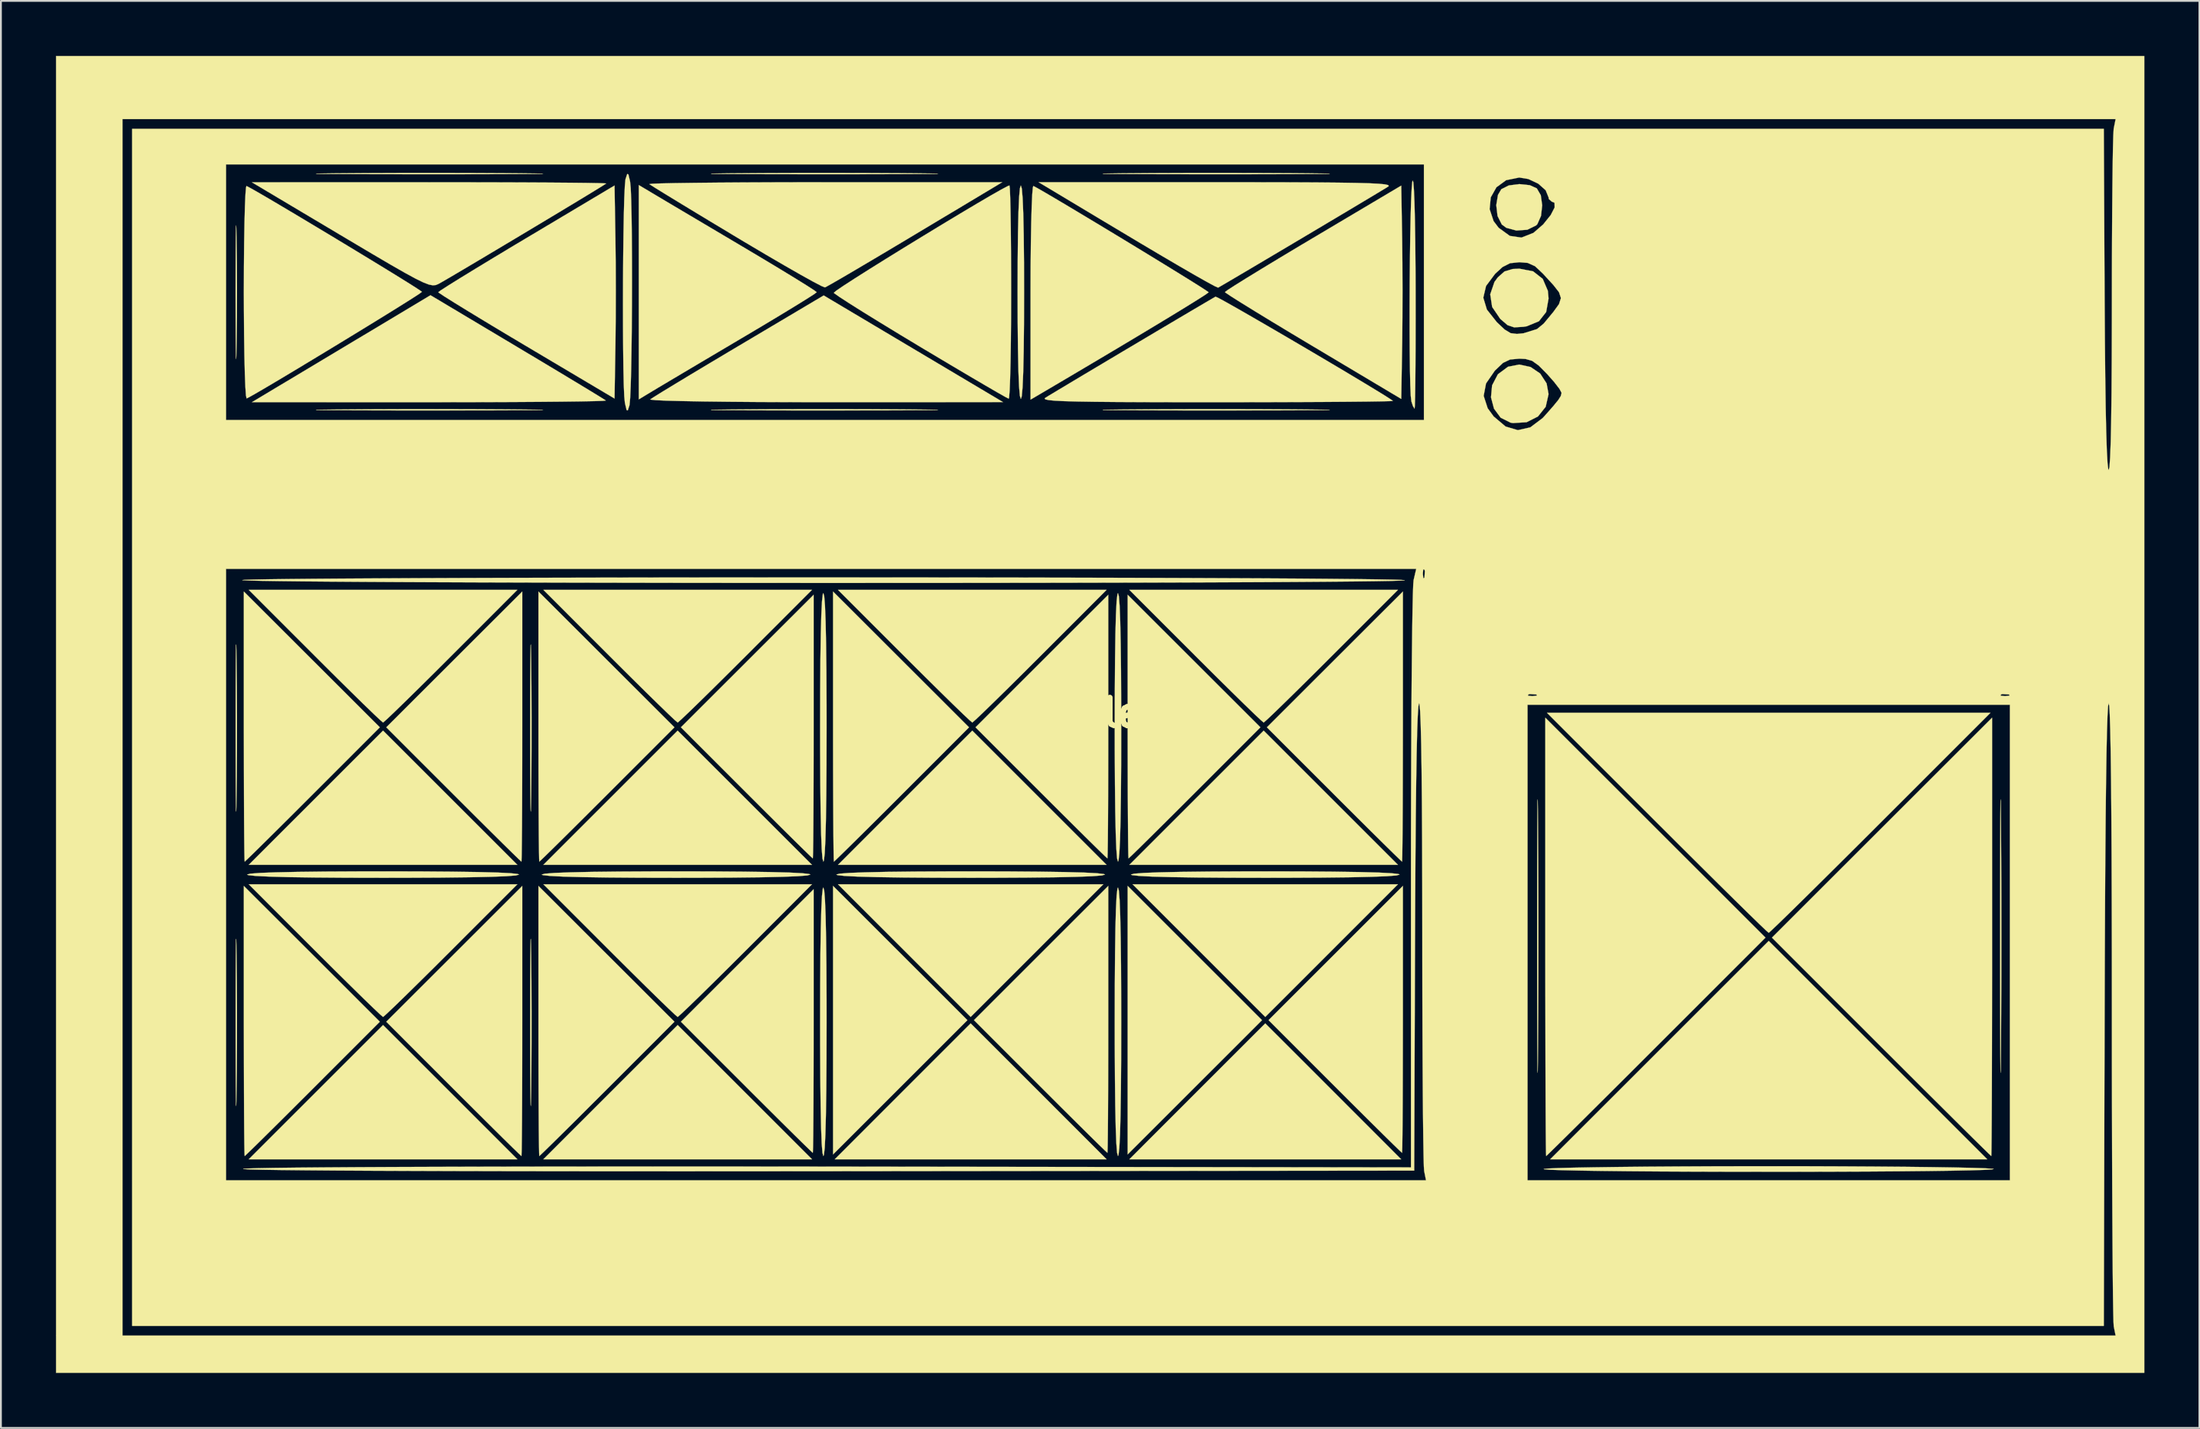
<source format=kicad_pcb>
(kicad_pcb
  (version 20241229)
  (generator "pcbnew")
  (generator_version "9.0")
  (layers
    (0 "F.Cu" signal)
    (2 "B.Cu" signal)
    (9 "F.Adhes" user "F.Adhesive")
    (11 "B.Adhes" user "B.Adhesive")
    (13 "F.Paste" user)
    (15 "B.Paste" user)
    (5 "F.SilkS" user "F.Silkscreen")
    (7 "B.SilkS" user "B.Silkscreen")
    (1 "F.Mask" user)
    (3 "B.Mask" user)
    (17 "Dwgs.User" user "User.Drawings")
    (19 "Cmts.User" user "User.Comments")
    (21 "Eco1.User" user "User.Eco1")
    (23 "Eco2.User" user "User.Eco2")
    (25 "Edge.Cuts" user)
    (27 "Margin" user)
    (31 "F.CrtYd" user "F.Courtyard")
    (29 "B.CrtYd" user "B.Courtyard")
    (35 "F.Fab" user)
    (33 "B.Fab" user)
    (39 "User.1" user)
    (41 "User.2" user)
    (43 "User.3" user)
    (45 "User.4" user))
  (footprint "Untitled5"
    (layer "F.Cu")
    (at 56.802 35.812)
    (property "Reference" "Untitled5" (at 0 0 0) (layer "F.SilkS") (effects (font (size 1.524 1.524) (thickness 0.3))))
    (attr through_hole)
    (fp_poly (pts (xy -31.663 24.342) (xy -46.301 24.342) (xy -42.641 20.682) (xy -38.982 17.023) (xy -31.663 24.342)) (stroke (width 0.01) (type solid)) (fill yes) (layer "F.SilkS"))
    (fp_poly (pts (xy -7.145 16.757) (xy -10.804 20.416) (xy -14.464 24.076) (xy -14.464 9.438) (xy -7.145 16.757)) (stroke (width 0.01) (type solid)) (fill yes) (layer "F.SilkS"))
    (fp_poly (pts (xy 8.907 16.757) (xy 5.247 20.416) (xy 1.587 24.076) (xy 1.587 9.438) (xy 8.907 16.757)) (stroke (width 0.01) (type solid)) (fill yes) (layer "F.SilkS"))
    (fp_poly (pts (xy -35.322 4.631) (xy -31.663 8.29) (xy -46.301 8.29) (xy -42.641 4.631) (xy -38.982 0.971) (xy -35.322 4.631)) (stroke (width 0.01) (type solid)) (fill yes) (layer "F.SilkS"))
    (fp_poly (pts (xy -19.271 4.631) (xy -15.611 8.29) (xy -30.25 8.29) (xy -26.59 4.631) (xy -22.931 0.971) (xy -19.271 4.631)) (stroke (width 0.01) (type solid)) (fill yes) (layer "F.SilkS"))
    (fp_poly (pts (xy -19.271 20.682) (xy -15.611 24.342) (xy -30.25 24.342) (xy -26.59 20.682) (xy -22.931 17.023) (xy -19.271 20.682)) (stroke (width 0.01) (type solid)) (fill yes) (layer "F.SilkS"))
    (fp_poly (pts (xy -3.22 4.631) (xy 0.44 8.29) (xy -14.198 8.29) (xy -10.539 4.631) (xy -6.879 0.971) (xy -3.22 4.631)) (stroke (width 0.01) (type solid)) (fill yes) (layer "F.SilkS"))
    (fp_poly (pts (xy 12.655 4.631) (xy 16.315 8.29) (xy 1.677 8.29) (xy 5.336 4.631) (xy 8.996 0.971) (xy 12.655 4.631)) (stroke (width 0.01) (type solid)) (fill yes) (layer "F.SilkS"))
    (fp_poly (pts (xy 42.465 18.389) (xy 48.418 24.342) (xy 24.607 24.342) (xy 30.56 18.389) (xy 36.513 12.436) (xy 42.465 18.389)) (stroke (width 0.01) (type solid)) (fill yes) (layer "F.SilkS"))
    (fp_poly (pts (xy -35.278 -3.087) (xy -36.202 -2.165) (xy -37.046 -1.329) (xy -37.776 -0.612) (xy -38.361 -0.043) (xy -38.769 0.345) (xy -38.969 0.522) (xy -38.982 0.529) (xy -39.125 0.409) (xy -39.485 0.07) (xy -40.03 -0.457) (xy -40.727 -1.141) (xy -41.546 -1.95) (xy -42.453 -2.854) (xy -42.686 -3.087) (xy -46.299 -6.703) (xy -31.665 -6.703) (xy -35.278 -3.087)) (stroke (width 0.01) (type solid)) (fill yes) (layer "F.SilkS"))
    (fp_poly (pts (xy -35.278 12.965) (xy -36.202 13.887) (xy -37.046 14.722) (xy -37.776 15.44) (xy -38.361 16.008) (xy -38.769 16.396) (xy -38.969 16.573) (xy -38.982 16.581) (xy -39.125 16.461) (xy -39.485 16.122) (xy -40.03 15.595) (xy -40.727 14.911) (xy -41.546 14.102) (xy -42.453 13.198) (xy -42.686 12.965) (xy -46.299 9.349) (xy -31.665 9.349) (xy -35.278 12.965)) (stroke (width 0.01) (type solid)) (fill yes) (layer "F.SilkS"))
    (fp_poly (pts (xy -19.226 -3.087) (xy -20.151 -2.165) (xy -20.994 -1.329) (xy -21.724 -0.612) (xy -22.31 -0.043) (xy -22.718 0.345) (xy -22.917 0.522) (xy -22.931 0.529) (xy -23.074 0.409) (xy -23.434 0.07) (xy -23.978 -0.457) (xy -24.676 -1.141) (xy -25.494 -1.95) (xy -26.402 -2.854) (xy -26.635 -3.087) (xy -30.247 -6.703) (xy -15.614 -6.703) (xy -19.226 -3.087)) (stroke (width 0.01) (type solid)) (fill yes) (layer "F.SilkS"))
    (fp_poly (pts (xy -19.226 12.965) (xy -20.151 13.887) (xy -20.994 14.722) (xy -21.724 15.44) (xy -22.31 16.008) (xy -22.718 16.396) (xy -22.917 16.573) (xy -22.931 16.581) (xy -23.074 16.461) (xy -23.434 16.122) (xy -23.978 15.595) (xy -24.676 14.911) (xy -25.494 14.102) (xy -26.402 13.198) (xy -26.635 12.965) (xy -30.247 9.349) (xy -15.614 9.349) (xy -19.226 12.965)) (stroke (width 0.01) (type solid)) (fill yes) (layer "F.SilkS"))
    (fp_poly (pts (xy -6.847 17.053) (xy -6.508 17.392) (xy -5.981 17.918) (xy -5.297 18.603) (xy -4.486 19.414) (xy -3.579 20.322) (xy -3.263 20.637) (xy 0.438 24.342) (xy -14.373 24.342) (xy -10.672 20.637) (xy -9.74 19.705) (xy -8.893 18.858) (xy -8.164 18.129) (xy -7.582 17.546) (xy -7.177 17.142) (xy -6.981 16.947) (xy -6.967 16.933) (xy -6.847 17.053)) (stroke (width 0.01) (type solid)) (fill yes) (layer "F.SilkS"))
    (fp_poly (pts (xy -3.351 12.965) (xy -4.272 13.886) (xy -5.106 14.72) (xy -5.823 15.437) (xy -6.391 16.006) (xy -6.78 16.394) (xy -6.959 16.573) (xy -6.967 16.581) (xy -7.088 16.461) (xy -7.426 16.123) (xy -7.952 15.597) (xy -8.634 14.915) (xy -9.441 14.107) (xy -10.343 13.205) (xy -10.583 12.965) (xy -14.196 9.349) (xy 0.261 9.349) (xy -3.351 12.965)) (stroke (width 0.01) (type solid)) (fill yes) (layer "F.SilkS"))
    (fp_poly (pts (xy -3.175 -3.087) (xy -4.099 -2.165) (xy -4.943 -1.329) (xy -5.673 -0.612) (xy -6.258 -0.043) (xy -6.666 0.345) (xy -6.866 0.522) (xy -6.879 0.529) (xy -7.022 0.409) (xy -7.382 0.07) (xy -7.927 -0.457) (xy -8.624 -1.141) (xy -9.443 -1.95) (xy -10.35 -2.854) (xy -10.583 -3.087) (xy -14.196 -6.703) (xy 0.438 -6.703) (xy -3.175 -3.087)) (stroke (width 0.01) (type solid)) (fill yes) (layer "F.SilkS"))
    (fp_poly (pts (xy 9.204 17.053) (xy 9.543 17.392) (xy 10.07 17.918) (xy 10.755 18.603) (xy 11.566 19.414) (xy 12.473 20.322) (xy 12.788 20.637) (xy 16.489 24.342) (xy 1.679 24.342) (xy 5.38 20.637) (xy 6.312 19.705) (xy 7.158 18.858) (xy 7.887 18.129) (xy 8.47 17.546) (xy 8.874 17.142) (xy 9.07 16.947) (xy 9.084 16.933) (xy 9.204 17.053)) (stroke (width 0.01) (type solid)) (fill yes) (layer "F.SilkS"))
    (fp_poly (pts (xy 12.7 -3.087) (xy 11.776 -2.165) (xy 10.932 -1.329) (xy 10.202 -0.612) (xy 9.617 -0.043) (xy 9.209 0.345) (xy 9.009 0.522) (xy 8.996 0.529) (xy 8.853 0.409) (xy 8.493 0.07) (xy 7.948 -0.457) (xy 7.251 -1.141) (xy 6.432 -1.95) (xy 5.525 -2.854) (xy 5.292 -3.087) (xy 1.679 -6.703) (xy 16.313 -6.703) (xy 12.7 -3.087)) (stroke (width 0.01) (type solid)) (fill yes) (layer "F.SilkS"))
    (fp_poly (pts (xy 12.7 12.965) (xy 11.78 13.886) (xy 10.946 14.72) (xy 10.229 15.437) (xy 9.66 16.006) (xy 9.271 16.394) (xy 9.092 16.573) (xy 9.084 16.581) (xy 8.964 16.461) (xy 8.625 16.123) (xy 8.099 15.597) (xy 7.417 14.915) (xy 6.61 14.107) (xy 5.709 13.205) (xy 5.468 12.965) (xy 1.855 9.349) (xy 16.313 9.349) (xy 12.7 12.965)) (stroke (width 0.01) (type solid)) (fill yes) (layer "F.SilkS"))
    (fp_poly (pts (xy 23.493 -28.766) (xy 23.878 -28.593) (xy 24.095 -28.218) (xy 24.171 -27.669) (xy 24.108 -27.096) (xy 23.91 -26.646) (xy 23.843 -26.574) (xy 23.361 -26.336) (xy 22.765 -26.294) (xy 22.215 -26.442) (xy 21.97 -26.624) (xy 21.739 -27.086) (xy 21.669 -27.678) (xy 21.763 -28.239) (xy 21.945 -28.547) (xy 22.35 -28.751) (xy 22.92 -28.825) (xy 23.493 -28.766)) (stroke (width 0.01) (type solid)) (fill yes) (layer "F.SilkS"))
    (fp_poly (pts (xy 23.537 -18.854) (xy 24.059 -18.5) (xy 24.412 -17.957) (xy 24.518 -17.374) (xy 24.362 -16.684) (xy 23.941 -16.156) (xy 23.323 -15.843) (xy 22.58 -15.797) (xy 22.449 -15.819) (xy 21.91 -16.088) (xy 21.546 -16.58) (xy 21.382 -17.2) (xy 21.442 -17.854) (xy 21.751 -18.445) (xy 21.765 -18.463) (xy 22.309 -18.867) (xy 22.926 -18.987) (xy 23.537 -18.854)) (stroke (width 0.01) (type solid)) (fill yes) (layer "F.SilkS"))
    (fp_poly (pts (xy 0.529 0.751) (xy 0.528 2.305) (xy 0.525 3.743) (xy 0.52 5.028) (xy 0.514 6.125) (xy 0.506 6.995) (xy 0.497 7.601) (xy 0.488 7.907) (xy 0.483 7.938) (xy 0.352 7.818) (xy 0.003 7.479) (xy -0.531 6.954) (xy -1.219 6.272) (xy -2.03 5.465) (xy -2.931 4.565) (xy -3.133 4.364) (xy -6.703 0.791) (xy 0.529 -6.435) (xy 0.529 0.751)) (stroke (width 0.01) (type solid)) (fill yes) (layer "F.SilkS"))
    (fp_poly (pts (xy 8.819 0.791) (xy 5.249 4.364) (xy 4.333 5.28) (xy 3.5 6.109) (xy 2.783 6.82) (xy 2.213 7.382) (xy 1.822 7.763) (xy 1.641 7.932) (xy 1.633 7.938) (xy 1.623 7.767) (xy 1.614 7.281) (xy 1.606 6.516) (xy 1.599 5.51) (xy 1.593 4.299) (xy 1.59 2.919) (xy 1.588 1.409) (xy 1.587 0.751) (xy 1.587 -6.435) (xy 8.819 0.791)) (stroke (width 0.01) (type solid)) (fill yes) (layer "F.SilkS"))
    (fp_poly (pts (xy -42.862 -2.91) (xy -39.158 0.791) (xy -42.817 4.452) (xy -43.745 5.38) (xy -44.59 6.221) (xy -45.32 6.945) (xy -45.903 7.521) (xy -46.31 7.917) (xy -46.507 8.104) (xy -46.521 8.114) (xy -46.531 7.944) (xy -46.54 7.457) (xy -46.548 6.691) (xy -46.555 5.682) (xy -46.56 4.466) (xy -46.564 3.08) (xy -46.566 1.56) (xy -46.567 0.751) (xy -46.567 -6.611) (xy -42.862 -2.91)) (stroke (width 0.01) (type solid)) (fill yes) (layer "F.SilkS"))
    (fp_poly (pts (xy -42.862 13.141) (xy -39.158 16.842) (xy -42.817 20.504) (xy -43.745 21.431) (xy -44.59 22.273) (xy -45.32 22.996) (xy -45.903 23.572) (xy -46.31 23.968) (xy -46.507 24.155) (xy -46.521 24.165) (xy -46.531 23.995) (xy -46.54 23.508) (xy -46.548 22.742) (xy -46.555 21.733) (xy -46.56 20.517) (xy -46.564 19.131) (xy -46.566 17.612) (xy -46.567 16.803) (xy -46.567 9.44) (xy -42.862 13.141)) (stroke (width 0.01) (type solid)) (fill yes) (layer "F.SilkS"))
    (fp_poly (pts (xy -31.666 -19.941) (xy -30.498 -19.242) (xy -29.429 -18.601) (xy -28.496 -18.039) (xy -27.737 -17.579) (xy -27.189 -17.244) (xy -26.889 -17.056) (xy -26.844 -17.025) (xy -26.997 -17.008) (xy -27.472 -16.992) (xy -28.237 -16.977) (xy -29.26 -16.964) (xy -30.51 -16.953) (xy -31.956 -16.944) (xy -33.565 -16.938) (xy -35.307 -16.935) (xy -36.439 -16.934) (xy -46.126 -16.935) (xy -36.397 -22.766) (xy -31.666 -19.941)) (stroke (width 0.01) (type solid)) (fill yes) (layer "F.SilkS"))
    (fp_poly (pts (xy -31.397 0.751) (xy -31.398 2.324) (xy -31.401 3.782) (xy -31.406 5.089) (xy -31.412 6.208) (xy -31.42 7.101) (xy -31.428 7.734) (xy -31.438 8.069) (xy -31.443 8.114) (xy -31.574 7.994) (xy -31.923 7.655) (xy -32.459 7.128) (xy -33.149 6.444) (xy -33.964 5.634) (xy -34.871 4.728) (xy -35.147 4.452) (xy -38.806 0.791) (xy -35.101 -2.91) (xy -31.397 -6.611) (xy -31.397 0.751)) (stroke (width 0.01) (type solid)) (fill yes) (layer "F.SilkS"))
    (fp_poly (pts (xy -31.397 16.803) (xy -31.398 18.376) (xy -31.401 19.834) (xy -31.406 21.14) (xy -31.412 22.259) (xy -31.42 23.153) (xy -31.428 23.786) (xy -31.438 24.121) (xy -31.443 24.165) (xy -31.574 24.045) (xy -31.923 23.707) (xy -32.459 23.18) (xy -33.149 22.496) (xy -33.964 21.685) (xy -34.871 20.78) (xy -35.147 20.504) (xy -38.806 16.842) (xy -35.101 13.141) (xy -31.397 9.44) (xy -31.397 16.803)) (stroke (width 0.01) (type solid)) (fill yes) (layer "F.SilkS"))
    (fp_poly (pts (xy -26.811 -2.91) (xy -23.107 0.791) (xy -26.765 4.452) (xy -27.694 5.38) (xy -28.538 6.221) (xy -29.268 6.945) (xy -29.852 7.521) (xy -30.258 7.917) (xy -30.456 8.104) (xy -30.47 8.114) (xy -30.479 7.944) (xy -30.488 7.457) (xy -30.497 6.691) (xy -30.503 5.682) (xy -30.509 4.466) (xy -30.513 3.08) (xy -30.515 1.56) (xy -30.515 0.751) (xy -30.515 -6.611) (xy -26.811 -2.91)) (stroke (width 0.01) (type solid)) (fill yes) (layer "F.SilkS"))
    (fp_poly (pts (xy -26.811 13.141) (xy -23.107 16.842) (xy -26.765 20.504) (xy -27.694 21.431) (xy -28.538 22.273) (xy -29.268 22.996) (xy -29.852 23.572) (xy -30.258 23.968) (xy -30.456 24.155) (xy -30.47 24.165) (xy -30.479 23.995) (xy -30.488 23.508) (xy -30.497 22.742) (xy -30.503 21.733) (xy -30.509 20.517) (xy -30.513 19.131) (xy -30.515 17.612) (xy -30.515 16.803) (xy -30.515 9.44) (xy -26.811 13.141)) (stroke (width 0.01) (type solid)) (fill yes) (layer "F.SilkS"))
    (fp_poly (pts (xy -15.522 0.751) (xy -15.523 2.305) (xy -15.526 3.743) (xy -15.531 5.028) (xy -15.538 6.125) (xy -15.545 6.995) (xy -15.554 7.601) (xy -15.564 7.907) (xy -15.568 7.938) (xy -15.699 7.818) (xy -16.048 7.479) (xy -16.582 6.954) (xy -17.271 6.272) (xy -18.081 5.465) (xy -18.983 4.565) (xy -19.184 4.364) (xy -22.754 0.791) (xy -19.138 -2.822) (xy -15.522 -6.435) (xy -15.522 0.751)) (stroke (width 0.01) (type solid)) (fill yes) (layer "F.SilkS"))
    (fp_poly (pts (xy -15.522 16.803) (xy -15.523 18.356) (xy -15.526 19.794) (xy -15.531 21.08) (xy -15.538 22.176) (xy -15.545 23.046) (xy -15.554 23.653) (xy -15.564 23.959) (xy -15.568 23.989) (xy -15.699 23.869) (xy -16.048 23.531) (xy -16.582 23.005) (xy -17.271 22.323) (xy -18.081 21.517) (xy -18.983 20.617) (xy -19.184 20.415) (xy -22.754 16.842) (xy -19.138 13.229) (xy -15.522 9.616) (xy -15.522 16.803)) (stroke (width 0.01) (type solid)) (fill yes) (layer "F.SilkS"))
    (fp_poly (pts (xy -10.76 -2.91) (xy -7.056 0.791) (xy -10.714 4.452) (xy -11.642 5.38) (xy -12.487 6.221) (xy -13.217 6.945) (xy -13.801 7.521) (xy -14.207 7.917) (xy -14.404 8.104) (xy -14.418 8.114) (xy -14.428 7.944) (xy -14.437 7.457) (xy -14.445 6.691) (xy -14.452 5.682) (xy -14.458 4.466) (xy -14.462 3.08) (xy -14.464 1.56) (xy -14.464 0.751) (xy -14.464 -6.611) (xy -10.76 -2.91)) (stroke (width 0.01) (type solid)) (fill yes) (layer "F.SilkS"))
    (fp_poly (pts (xy 0.529 16.713) (xy 0.528 18.277) (xy 0.525 19.725) (xy 0.52 21.021) (xy 0.514 22.129) (xy 0.506 23.011) (xy 0.498 23.631) (xy 0.488 23.952) (xy 0.483 23.989) (xy 0.352 23.869) (xy 0.003 23.531) (xy -0.532 23.004) (xy -1.221 22.321) (xy -2.034 21.513) (xy -2.938 20.61) (xy -3.176 20.372) (xy -6.789 16.756) (xy -3.13 13.097) (xy 0.529 9.438) (xy 0.529 16.713)) (stroke (width 0.01) (type solid)) (fill yes) (layer "F.SilkS"))
    (fp_poly (pts (xy 16.581 0.751) (xy 16.579 2.324) (xy 16.576 3.782) (xy 16.572 5.089) (xy 16.565 6.208) (xy 16.558 7.101) (xy 16.549 7.734) (xy 16.54 8.069) (xy 16.535 8.114) (xy 16.404 7.994) (xy 16.055 7.655) (xy 15.519 7.128) (xy 14.828 6.444) (xy 14.014 5.634) (xy 13.106 4.728) (xy 12.831 4.452) (xy 9.172 0.791) (xy 12.876 -2.91) (xy 16.581 -6.611) (xy 16.581 0.751)) (stroke (width 0.01) (type solid)) (fill yes) (layer "F.SilkS"))
    (fp_poly (pts (xy 16.581 16.713) (xy 16.579 18.277) (xy 16.576 19.725) (xy 16.572 21.021) (xy 16.565 22.129) (xy 16.558 23.011) (xy 16.549 23.631) (xy 16.539 23.952) (xy 16.535 23.989) (xy 16.404 23.869) (xy 16.055 23.531) (xy 15.52 23.004) (xy 14.83 22.321) (xy 14.018 21.513) (xy 13.113 20.61) (xy 12.876 20.372) (xy 9.263 16.756) (xy 12.922 13.097) (xy 16.581 9.438) (xy 16.581 16.713)) (stroke (width 0.01) (type solid)) (fill yes) (layer "F.SilkS"))
    (fp_poly (pts (xy 23.675 -24.07) (xy 24.201 -23.658) (xy 24.48 -23.007) (xy 24.518 -22.587) (xy 24.388 -21.851) (xy 23.995 -21.349) (xy 23.334 -21.075) (xy 23.158 -21.045) (xy 22.645 -21.014) (xy 22.285 -21.135) (xy 21.894 -21.47) (xy 21.881 -21.484) (xy 21.445 -22.127) (xy 21.34 -22.816) (xy 21.571 -23.492) (xy 21.752 -23.739) (xy 22.116 -24.062) (xy 22.561 -24.196) (xy 22.931 -24.213) (xy 23.675 -24.07)) (stroke (width 0.01) (type solid)) (fill yes) (layer "F.SilkS"))
    (fp_poly (pts (xy -10.089 -19.846) (xy -5.203 -16.938) (xy -14.896 -16.936) (xy -16.81 -16.938) (xy -18.57 -16.945) (xy -20.15 -16.958) (xy -21.523 -16.974) (xy -22.662 -16.995) (xy -23.54 -17.018) (xy -24.13 -17.045) (xy -24.405 -17.075) (xy -24.421 -17.088) (xy -24.232 -17.214) (xy -23.779 -17.496) (xy -23.098 -17.91) (xy -22.23 -18.435) (xy -21.213 -19.045) (xy -20.084 -19.719) (xy -19.614 -19.998) (xy -14.975 -22.754) (xy -10.089 -19.846)) (stroke (width 0.01) (type solid)) (fill yes) (layer "F.SilkS"))
    (fp_poly (pts (xy -46.977 -26.428) (xy -46.965 -25.945) (xy -46.964 -25.885) (xy -46.948 -24.575) (xy -46.942 -23.08) (xy -46.946 -21.568) (xy -46.96 -20.209) (xy -46.964 -19.976) (xy -46.976 -19.462) (xy -46.987 -19.283) (xy -46.997 -19.422) (xy -47.005 -19.862) (xy -47.011 -20.584) (xy -47.015 -21.573) (xy -47.017 -22.809) (xy -47.017 -22.931) (xy -47.015 -24.188) (xy -47.011 -25.2) (xy -47.005 -25.947) (xy -46.997 -26.412) (xy -46.988 -26.578) (xy -46.977 -26.428)) (stroke (width 0.01) (type solid)) (fill yes) (layer "F.SilkS"))
    (fp_poly (pts (xy -46.974 -3.436) (xy -46.964 -2.854) (xy -46.95 -1.405) (xy -46.943 0.236) (xy -46.944 1.924) (xy -46.952 3.512) (xy -46.964 4.554) (xy -46.974 5.139) (xy -46.984 5.387) (xy -46.993 5.314) (xy -47 4.936) (xy -47.007 4.269) (xy -47.011 3.327) (xy -47.014 2.128) (xy -47.015 0.794) (xy -47.014 -0.627) (xy -47.011 -1.801) (xy -47.006 -2.713) (xy -47 -3.348) (xy -46.992 -3.69) (xy -46.983 -3.725) (xy -46.974 -3.436)) (stroke (width 0.01) (type solid)) (fill yes) (layer "F.SilkS"))
    (fp_poly (pts (xy -46.974 12.615) (xy -46.964 13.197) (xy -46.95 14.647) (xy -46.943 16.288) (xy -46.944 17.975) (xy -46.952 19.564) (xy -46.964 20.605) (xy -46.974 21.19) (xy -46.984 21.439) (xy -46.993 21.366) (xy -47 20.988) (xy -47.007 20.32) (xy -47.011 19.379) (xy -47.014 18.18) (xy -47.015 16.845) (xy -47.014 15.424) (xy -47.011 14.25) (xy -47.006 13.338) (xy -47 12.703) (xy -46.992 12.361) (xy -46.983 12.327) (xy -46.974 12.615)) (stroke (width 0.01) (type solid)) (fill yes) (layer "F.SilkS"))
    (fp_poly (pts (xy -30.922 -3.436) (xy -30.912 -2.854) (xy -30.898 -1.405) (xy -30.892 0.236) (xy -30.893 1.924) (xy -30.901 3.512) (xy -30.912 4.554) (xy -30.923 5.139) (xy -30.933 5.387) (xy -30.941 5.314) (xy -30.949 4.936) (xy -30.955 4.269) (xy -30.96 3.327) (xy -30.963 2.128) (xy -30.964 0.794) (xy -30.963 -0.627) (xy -30.96 -1.801) (xy -30.955 -2.713) (xy -30.948 -3.348) (xy -30.941 -3.69) (xy -30.932 -3.725) (xy -30.922 -3.436)) (stroke (width 0.01) (type solid)) (fill yes) (layer "F.SilkS"))
    (fp_poly (pts (xy -30.922 12.615) (xy -30.912 13.197) (xy -30.898 14.647) (xy -30.892 16.288) (xy -30.893 17.975) (xy -30.901 19.564) (xy -30.912 20.605) (xy -30.923 21.19) (xy -30.933 21.439) (xy -30.941 21.366) (xy -30.949 20.988) (xy -30.955 20.32) (xy -30.96 19.379) (xy -30.963 18.18) (xy -30.964 16.845) (xy -30.963 15.424) (xy -30.96 14.25) (xy -30.955 13.338) (xy -30.948 12.703) (xy -30.941 12.361) (xy -30.932 12.327) (xy -30.922 12.615)) (stroke (width 0.01) (type solid)) (fill yes) (layer "F.SilkS"))
    (fp_poly (pts (xy 42.598 5.997) (xy 41.399 7.195) (xy 40.276 8.313) (xy 39.254 9.327) (xy 38.358 10.213) (xy 37.611 10.947) (xy 37.038 11.504) (xy 36.664 11.861) (xy 36.514 11.994) (xy 36.513 11.994) (xy 36.374 11.874) (xy 36.01 11.527) (xy 35.447 10.979) (xy 34.708 10.253) (xy 33.818 9.374) (xy 32.802 8.365) (xy 31.684 7.252) (xy 30.488 6.058) (xy 30.427 5.997) (xy 24.432 0) (xy 48.593 0) (xy 42.598 5.997)) (stroke (width 0.01) (type solid)) (fill yes) (layer "F.SilkS"))
    (fp_poly (pts (xy -26.322 -25.839) (xy -26.307 -24.54) (xy -26.302 -23.058) (xy -26.306 -21.564) (xy -26.319 -20.225) (xy -26.322 -20.032) (xy -26.37 -17.134) (xy -31.173 -19.988) (xy -32.346 -20.688) (xy -33.415 -21.331) (xy -34.345 -21.896) (xy -35.098 -22.359) (xy -35.639 -22.699) (xy -35.932 -22.894) (xy -35.974 -22.931) (xy -35.828 -23.039) (xy -35.415 -23.305) (xy -34.77 -23.707) (xy -33.93 -24.221) (xy -32.932 -24.827) (xy -31.81 -25.502) (xy -31.171 -25.883) (xy -26.37 -28.748) (xy -26.322 -25.839)) (stroke (width 0.01) (type solid)) (fill yes) (layer "F.SilkS"))
    (fp_poly (pts (xy 16.541 -25.837) (xy 16.555 -24.537) (xy 16.561 -23.053) (xy 16.557 -21.556) (xy 16.544 -20.214) (xy 16.541 -20.022) (xy 16.492 -17.113) (xy 11.691 -19.978) (xy 10.518 -20.68) (xy 9.449 -21.326) (xy 8.519 -21.893) (xy 7.765 -22.359) (xy 7.222 -22.702) (xy 6.928 -22.899) (xy 6.884 -22.937) (xy 7.029 -23.047) (xy 7.441 -23.314) (xy 8.085 -23.715) (xy 8.925 -24.23) (xy 9.924 -24.834) (xy 11.046 -25.507) (xy 11.686 -25.888) (xy 16.492 -28.743) (xy 16.541 -25.837)) (stroke (width 0.01) (type solid)) (fill yes) (layer "F.SilkS"))
    (fp_poly (pts (xy 30.339 6.262) (xy 36.336 12.257) (xy 30.384 18.211) (xy 29.191 19.404) (xy 28.076 20.517) (xy 27.063 21.526) (xy 26.177 22.407) (xy 25.442 23.135) (xy 24.882 23.687) (xy 24.522 24.039) (xy 24.387 24.165) (xy 24.387 24.165) (xy 24.379 23.994) (xy 24.372 23.498) (xy 24.365 22.707) (xy 24.359 21.649) (xy 24.354 20.353) (xy 24.349 18.848) (xy 24.346 17.162) (xy 24.343 15.325) (xy 24.342 13.364) (xy 24.342 12.216) (xy 24.342 0.267) (xy 30.339 6.262)) (stroke (width 0.01) (type solid)) (fill yes) (layer "F.SilkS"))
    (fp_poly (pts (xy 48.683 12.216) (xy 48.683 14.234) (xy 48.681 16.144) (xy 48.678 17.919) (xy 48.674 19.529) (xy 48.669 20.947) (xy 48.663 22.142) (xy 48.657 23.087) (xy 48.65 23.753) (xy 48.643 24.11) (xy 48.638 24.165) (xy 48.508 24.044) (xy 48.154 23.698) (xy 47.599 23.151) (xy 46.868 22.426) (xy 45.985 21.548) (xy 44.975 20.542) (xy 43.862 19.431) (xy 42.67 18.24) (xy 42.641 18.211) (xy 36.689 12.257) (xy 42.686 6.262) (xy 48.683 0.267) (xy 48.683 12.216)) (stroke (width 0.01) (type solid)) (fill yes) (layer "F.SilkS"))
    (fp_poly (pts (xy -4.18 -28.577) (xy -4.136 -28.06) (xy -4.101 -27.21) (xy -4.076 -26.039) (xy -4.061 -24.556) (xy -4.057 -22.931) (xy -4.062 -21.17) (xy -4.078 -19.713) (xy -4.104 -18.568) (xy -4.139 -17.746) (xy -4.184 -17.257) (xy -4.233 -17.11) (xy -4.287 -17.284) (xy -4.331 -17.801) (xy -4.366 -18.651) (xy -4.39 -19.822) (xy -4.405 -21.305) (xy -4.41 -22.931) (xy -4.404 -24.691) (xy -4.389 -26.148) (xy -4.363 -27.293) (xy -4.328 -28.115) (xy -4.283 -28.604) (xy -4.233 -28.751) (xy -4.18 -28.577)) (stroke (width 0.01) (type solid)) (fill yes) (layer "F.SilkS"))
    (fp_poly (pts (xy -34.082 -29.429) (xy -32.286 -29.42) (xy -31.454 -29.413) (xy -30.721 -29.404) (xy -30.329 -29.396) (xy -30.262 -29.388) (xy -30.509 -29.382) (xy -31.056 -29.376) (xy -31.889 -29.371) (xy -32.997 -29.367) (xy -34.365 -29.364) (xy -35.98 -29.363) (xy -36.424 -29.363) (xy -38.103 -29.364) (xy -39.541 -29.366) (xy -40.724 -29.37) (xy -41.638 -29.374) (xy -42.271 -29.38) (xy -42.608 -29.387) (xy -42.636 -29.394) (xy -42.342 -29.402) (xy -41.712 -29.411) (xy -41.508 -29.413) (xy -39.867 -29.425) (xy -37.998 -29.432) (xy -36.028 -29.433) (xy -34.082 -29.429)) (stroke (width 0.01) (type solid)) (fill yes) (layer "F.SilkS"))
    (fp_poly (pts (xy -34.082 -16.553) (xy -32.286 -16.543) (xy -31.454 -16.536) (xy -30.721 -16.528) (xy -30.329 -16.52) (xy -30.262 -16.512) (xy -30.509 -16.505) (xy -31.056 -16.499) (xy -31.889 -16.494) (xy -32.997 -16.49) (xy -34.365 -16.488) (xy -35.98 -16.487) (xy -36.424 -16.487) (xy -38.103 -16.487) (xy -39.541 -16.49) (xy -40.724 -16.493) (xy -41.638 -16.498) (xy -42.271 -16.504) (xy -42.608 -16.51) (xy -42.636 -16.518) (xy -42.342 -16.526) (xy -41.712 -16.534) (xy -41.508 -16.536) (xy -39.867 -16.548) (xy -37.998 -16.555) (xy -36.028 -16.557) (xy -34.082 -16.553)) (stroke (width 0.01) (type solid)) (fill yes) (layer "F.SilkS"))
    (fp_poly (pts (xy -12.562 -29.429) (xy -10.766 -29.42) (xy -9.934 -29.413) (xy -9.202 -29.404) (xy -8.809 -29.396) (xy -8.743 -29.388) (xy -8.989 -29.382) (xy -9.536 -29.376) (xy -10.37 -29.371) (xy -11.477 -29.367) (xy -12.845 -29.364) (xy -14.461 -29.363) (xy -14.905 -29.363) (xy -16.584 -29.364) (xy -18.022 -29.366) (xy -19.204 -29.37) (xy -20.119 -29.374) (xy -20.751 -29.38) (xy -21.089 -29.387) (xy -21.117 -29.394) (xy -20.823 -29.402) (xy -20.193 -29.411) (xy -19.989 -29.413) (xy -18.347 -29.425) (xy -16.479 -29.432) (xy -14.508 -29.433) (xy -12.562 -29.429)) (stroke (width 0.01) (type solid)) (fill yes) (layer "F.SilkS"))
    (fp_poly (pts (xy -12.562 -16.553) (xy -10.766 -16.543) (xy -9.934 -16.536) (xy -9.202 -16.528) (xy -8.809 -16.52) (xy -8.743 -16.512) (xy -8.989 -16.505) (xy -9.536 -16.499) (xy -10.37 -16.494) (xy -11.477 -16.49) (xy -12.845 -16.488) (xy -14.461 -16.487) (xy -14.905 -16.487) (xy -16.584 -16.487) (xy -18.022 -16.49) (xy -19.204 -16.493) (xy -20.119 -16.498) (xy -20.751 -16.504) (xy -21.089 -16.51) (xy -21.117 -16.518) (xy -20.823 -16.526) (xy -20.193 -16.534) (xy -19.989 -16.536) (xy -18.347 -16.548) (xy -16.479 -16.555) (xy -14.508 -16.557) (xy -12.562 -16.553)) (stroke (width 0.01) (type solid)) (fill yes) (layer "F.SilkS"))
    (fp_poly (pts (xy 8.781 -29.429) (xy 10.577 -29.42) (xy 11.409 -29.413) (xy 12.141 -29.404) (xy 12.534 -29.396) (xy 12.6 -29.388) (xy 12.354 -29.382) (xy 11.807 -29.376) (xy 10.973 -29.371) (xy 9.866 -29.367) (xy 8.498 -29.364) (xy 6.882 -29.363) (xy 6.438 -29.363) (xy 4.759 -29.364) (xy 3.322 -29.366) (xy 2.139 -29.37) (xy 1.224 -29.374) (xy 0.592 -29.38) (xy 0.254 -29.387) (xy 0.226 -29.394) (xy 0.52 -29.402) (xy 1.15 -29.411) (xy 1.354 -29.413) (xy 2.996 -29.425) (xy 4.864 -29.432) (xy 6.835 -29.433) (xy 8.781 -29.429)) (stroke (width 0.01) (type solid)) (fill yes) (layer "F.SilkS"))
    (fp_poly (pts (xy 8.781 -16.553) (xy 10.577 -16.543) (xy 11.409 -16.536) (xy 12.141 -16.528) (xy 12.534 -16.52) (xy 12.6 -16.512) (xy 12.354 -16.505) (xy 11.807 -16.499) (xy 10.973 -16.494) (xy 9.866 -16.49) (xy 8.498 -16.488) (xy 6.882 -16.487) (xy 6.438 -16.487) (xy 4.759 -16.487) (xy 3.322 -16.49) (xy 2.139 -16.493) (xy 1.224 -16.498) (xy 0.592 -16.504) (xy 0.254 -16.51) (xy 0.226 -16.518) (xy 0.52 -16.526) (xy 1.15 -16.534) (xy 1.354 -16.536) (xy 2.996 -16.548) (xy 4.864 -16.555) (xy 6.835 -16.557) (xy 8.781 -16.553)) (stroke (width 0.01) (type solid)) (fill yes) (layer "F.SilkS"))
    (fp_poly (pts (xy -36.955 8.647) (xy -35.24 8.66) (xy -33.844 8.68) (xy -32.775 8.708) (xy -32.039 8.744) (xy -31.644 8.788) (xy -31.574 8.819) (xy -31.749 8.868) (xy -32.269 8.909) (xy -33.128 8.942) (xy -34.318 8.967) (xy -35.831 8.985) (xy -37.661 8.994) (xy -38.982 8.996) (xy -41.009 8.992) (xy -42.724 8.979) (xy -44.119 8.959) (xy -45.189 8.93) (xy -45.925 8.894) (xy -46.32 8.851) (xy -46.39 8.819) (xy -46.215 8.771) (xy -45.695 8.73) (xy -44.836 8.697) (xy -43.646 8.672) (xy -42.133 8.654) (xy -40.303 8.645) (xy -38.982 8.643) (xy -36.955 8.647)) (stroke (width 0.01) (type solid)) (fill yes) (layer "F.SilkS"))
    (fp_poly (pts (xy -21.006 8.647) (xy -19.305 8.66) (xy -17.922 8.681) (xy -16.866 8.709) (xy -16.143 8.746) (xy -15.761 8.79) (xy -15.699 8.819) (xy -15.874 8.868) (xy -16.394 8.909) (xy -17.253 8.942) (xy -18.442 8.968) (xy -19.954 8.985) (xy -21.782 8.994) (xy -23.019 8.996) (xy -25.032 8.992) (xy -26.733 8.979) (xy -28.115 8.958) (xy -29.172 8.93) (xy -29.895 8.893) (xy -30.276 8.849) (xy -30.339 8.819) (xy -30.164 8.771) (xy -29.643 8.73) (xy -28.785 8.697) (xy -27.596 8.671) (xy -26.084 8.654) (xy -24.256 8.645) (xy -23.019 8.643) (xy -21.006 8.647)) (stroke (width 0.01) (type solid)) (fill yes) (layer "F.SilkS"))
    (fp_poly (pts (xy -14.945 -6.351) (xy -14.904 -5.831) (xy -14.87 -4.972) (xy -14.845 -3.783) (xy -14.827 -2.271) (xy -14.818 -0.443) (xy -14.817 0.794) (xy -14.821 2.807) (xy -14.833 4.508) (xy -14.854 5.89) (xy -14.883 6.947) (xy -14.919 7.67) (xy -14.963 8.051) (xy -14.993 8.114) (xy -15.042 7.939) (xy -15.083 7.418) (xy -15.116 6.56) (xy -15.141 5.371) (xy -15.159 3.859) (xy -15.168 2.031) (xy -15.169 0.794) (xy -15.165 -1.219) (xy -15.153 -2.92) (xy -15.132 -4.303) (xy -15.103 -5.359) (xy -15.067 -6.082) (xy -15.023 -6.464) (xy -14.993 -6.526) (xy -14.945 -6.351)) (stroke (width 0.01) (type solid)) (fill yes) (layer "F.SilkS"))
    (fp_poly (pts (xy -14.945 9.7) (xy -14.904 10.221) (xy -14.87 11.079) (xy -14.845 12.268) (xy -14.827 13.78) (xy -14.818 15.608) (xy -14.817 16.845) (xy -14.821 18.858) (xy -14.833 20.559) (xy -14.854 21.942) (xy -14.883 22.998) (xy -14.919 23.721) (xy -14.963 24.103) (xy -14.993 24.165) (xy -15.042 23.99) (xy -15.083 23.47) (xy -15.116 22.611) (xy -15.141 21.422) (xy -15.159 19.91) (xy -15.168 18.082) (xy -15.169 16.845) (xy -15.165 14.832) (xy -15.153 13.131) (xy -15.132 11.748) (xy -15.103 10.692) (xy -15.067 9.969) (xy -15.023 9.587) (xy -14.993 9.525) (xy -14.945 9.7)) (stroke (width 0.01) (type solid)) (fill yes) (layer "F.SilkS"))
    (fp_poly (pts (xy -4.955 8.647) (xy -3.253 8.66) (xy -1.871 8.681) (xy -0.814 8.709) (xy -0.092 8.746) (xy 0.29 8.79) (xy 0.353 8.819) (xy 0.178 8.868) (xy -0.343 8.909) (xy -1.201 8.942) (xy -2.39 8.968) (xy -3.902 8.985) (xy -5.73 8.994) (xy -6.967 8.996) (xy -8.98 8.992) (xy -10.681 8.979) (xy -12.064 8.958) (xy -13.12 8.93) (xy -13.843 8.893) (xy -14.225 8.849) (xy -14.287 8.819) (xy -14.112 8.771) (xy -13.592 8.73) (xy -12.734 8.697) (xy -11.545 8.671) (xy -10.032 8.654) (xy -8.204 8.645) (xy -6.967 8.643) (xy -4.955 8.647)) (stroke (width 0.01) (type solid)) (fill yes) (layer "F.SilkS"))
    (fp_poly (pts (xy 1.107 -6.351) (xy 1.148 -5.831) (xy 1.181 -4.972) (xy 1.207 -3.783) (xy 1.224 -2.271) (xy 1.233 -0.443) (xy 1.235 0.794) (xy 1.231 2.807) (xy 1.218 4.508) (xy 1.197 5.89) (xy 1.169 6.947) (xy 1.132 7.67) (xy 1.088 8.051) (xy 1.058 8.114) (xy 1.01 7.939) (xy 0.969 7.418) (xy 0.936 6.56) (xy 0.91 5.371) (xy 0.893 3.859) (xy 0.883 2.031) (xy 0.882 0.794) (xy 0.886 -1.219) (xy 0.899 -2.92) (xy 0.919 -4.303) (xy 0.948 -5.359) (xy 0.984 -6.082) (xy 1.029 -6.464) (xy 1.058 -6.526) (xy 1.107 -6.351)) (stroke (width 0.01) (type solid)) (fill yes) (layer "F.SilkS"))
    (fp_poly (pts (xy 1.107 9.7) (xy 1.148 10.221) (xy 1.181 11.079) (xy 1.207 12.268) (xy 1.224 13.78) (xy 1.233 15.608) (xy 1.235 16.845) (xy 1.231 18.858) (xy 1.218 20.559) (xy 1.197 21.942) (xy 1.169 22.998) (xy 1.132 23.721) (xy 1.088 24.103) (xy 1.058 24.165) (xy 1.01 23.99) (xy 0.969 23.47) (xy 0.936 22.611) (xy 0.91 21.422) (xy 0.893 19.91) (xy 0.883 18.082) (xy 0.882 16.845) (xy 0.886 14.832) (xy 0.899 13.131) (xy 0.919 11.748) (xy 0.948 10.692) (xy 0.984 9.969) (xy 1.029 9.587) (xy 1.058 9.525) (xy 1.107 9.7)) (stroke (width 0.01) (type solid)) (fill yes) (layer "F.SilkS"))
    (fp_poly (pts (xy 11.097 8.647) (xy 12.798 8.66) (xy 14.181 8.681) (xy 15.237 8.709) (xy 15.96 8.746) (xy 16.342 8.79) (xy 16.404 8.819) (xy 16.229 8.868) (xy 15.709 8.909) (xy 14.85 8.942) (xy 13.661 8.968) (xy 12.149 8.985) (xy 10.321 8.994) (xy 9.084 8.996) (xy 7.071 8.992) (xy 5.37 8.979) (xy 3.987 8.958) (xy 2.931 8.93) (xy 2.208 8.893) (xy 1.826 8.849) (xy 1.764 8.819) (xy 1.939 8.771) (xy 2.459 8.73) (xy 3.318 8.697) (xy 4.507 8.671) (xy 6.019 8.654) (xy 7.847 8.645) (xy 9.084 8.643) (xy 11.097 8.647)) (stroke (width 0.01) (type solid)) (fill yes) (layer "F.SilkS"))
    (fp_poly (pts (xy 23.929 4.814) (xy 23.936 5.237) (xy 23.944 5.998) (xy 23.945 6.13) (xy 23.956 7.948) (xy 23.963 10.002) (xy 23.965 12.174) (xy 23.963 14.345) (xy 23.956 16.399) (xy 23.945 18.212) (xy 23.937 19.021) (xy 23.93 19.49) (xy 23.923 19.63) (xy 23.916 19.453) (xy 23.911 18.973) (xy 23.906 18.201) (xy 23.902 17.149) (xy 23.899 15.83) (xy 23.897 14.255) (xy 23.896 12.437) (xy 23.896 12.171) (xy 23.897 10.321) (xy 23.898 8.712) (xy 23.901 7.357) (xy 23.905 6.268) (xy 23.91 5.457) (xy 23.915 4.936) (xy 23.922 4.718) (xy 23.929 4.814)) (stroke (width 0.01) (type solid)) (fill yes) (layer "F.SilkS"))
    (fp_poly (pts (xy 49.152 4.814) (xy 49.16 5.237) (xy 49.167 5.998) (xy 49.168 6.13) (xy 49.18 7.948) (xy 49.186 10.002) (xy 49.188 12.174) (xy 49.186 14.345) (xy 49.179 16.399) (xy 49.168 18.212) (xy 49.161 19.021) (xy 49.153 19.49) (xy 49.146 19.63) (xy 49.14 19.453) (xy 49.134 18.973) (xy 49.129 18.201) (xy 49.125 17.149) (xy 49.122 15.83) (xy 49.12 14.255) (xy 49.12 12.437) (xy 49.12 12.171) (xy 49.12 10.321) (xy 49.122 8.712) (xy 49.125 7.357) (xy 49.129 6.268) (xy 49.133 5.457) (xy 49.139 4.936) (xy 49.145 4.718) (xy 49.152 4.814)) (stroke (width 0.01) (type solid)) (fill yes) (layer "F.SilkS"))
    (fp_poly (pts (xy -24.298 -28.324) (xy -23.945 -28.114) (xy -23.338 -27.753) (xy -22.526 -27.271) (xy -21.558 -26.697) (xy -20.483 -26.06) (xy -19.45 -25.447) (xy -18.37 -24.804) (xy -17.396 -24.218) (xy -16.568 -23.714) (xy -15.926 -23.315) (xy -15.509 -23.046) (xy -15.355 -22.931) (xy -15.355 -22.931) (xy -15.501 -22.821) (xy -15.912 -22.557) (xy -16.549 -22.163) (xy -17.372 -21.662) (xy -18.343 -21.079) (xy -19.421 -20.438) (xy -19.453 -20.42) (xy -20.581 -19.751) (xy -21.649 -19.119) (xy -22.605 -18.551) (xy -23.401 -18.078) (xy -23.988 -17.729) (xy -24.298 -17.543) (xy -25.047 -17.09) (xy -25.047 -28.771) (xy -24.298 -28.324)) (stroke (width 0.01) (type solid)) (fill yes) (layer "F.SilkS"))
    (fp_poly (pts (xy 17.147 -28.935) (xy 17.182 -28.53) (xy 17.212 -27.83) (xy 17.237 -26.862) (xy 17.256 -25.657) (xy 17.269 -24.241) (xy 17.274 -22.975) (xy 17.275 -21.512) (xy 17.272 -20.167) (xy 17.267 -18.98) (xy 17.258 -17.988) (xy 17.247 -17.231) (xy 17.234 -16.749) (xy 17.218 -16.581) (xy 17.127 -16.727) (xy 17.045 -16.977) (xy 17.011 -17.279) (xy 16.985 -17.874) (xy 16.966 -18.711) (xy 16.954 -19.737) (xy 16.948 -20.902) (xy 16.948 -22.152) (xy 16.953 -23.436) (xy 16.965 -24.701) (xy 16.981 -25.897) (xy 17.002 -26.971) (xy 17.028 -27.871) (xy 17.059 -28.546) (xy 17.093 -28.942) (xy 17.11 -29.016) (xy 17.147 -28.935)) (stroke (width 0.01) (type solid)) (fill yes) (layer "F.SilkS"))
    (fp_poly (pts (xy -9.988 -26.086) (xy -11.16 -25.385) (xy -12.238 -24.743) (xy -13.184 -24.184) (xy -13.96 -23.728) (xy -14.528 -23.4) (xy -14.849 -23.22) (xy -14.905 -23.193) (xy -15.095 -23.268) (xy -15.547 -23.504) (xy -16.225 -23.881) (xy -17.09 -24.376) (xy -18.103 -24.967) (xy -19.227 -25.633) (xy -19.726 -25.932) (xy -20.883 -26.628) (xy -21.941 -27.267) (xy -22.863 -27.827) (xy -23.612 -28.284) (xy -24.148 -28.615) (xy -24.436 -28.798) (xy -24.474 -28.824) (xy -24.322 -28.844) (xy -23.85 -28.862) (xy -23.087 -28.879) (xy -22.066 -28.893) (xy -20.818 -28.906) (xy -19.375 -28.916) (xy -17.767 -28.923) (xy -16.027 -28.927) (xy -14.912 -28.928) (xy -5.247 -28.928) (xy -9.988 -26.086)) (stroke (width 0.01) (type solid)) (fill yes) (layer "F.SilkS"))
    (fp_poly (pts (xy -3.328 -28.604) (xy -2.859 -28.333) (xy -2.187 -27.937) (xy -1.357 -27.443) (xy -0.413 -26.876) (xy 0.601 -26.264) (xy 1.641 -25.634) (xy 2.663 -25.011) (xy 3.623 -24.423) (xy 4.477 -23.897) (xy 5.182 -23.459) (xy 5.692 -23.136) (xy 5.964 -22.955) (xy 5.997 -22.926) (xy 5.85 -22.814) (xy 5.426 -22.542) (xy 4.756 -22.125) (xy 3.866 -21.581) (xy 2.785 -20.928) (xy 1.542 -20.182) (xy 0.166 -19.362) (xy -1.316 -18.483) (xy -2.874 -17.563) (xy -3.043 -17.464) (xy -3.704 -17.075) (xy -3.704 -22.928) (xy -3.7 -24.322) (xy -3.687 -25.593) (xy -3.668 -26.702) (xy -3.642 -27.608) (xy -3.612 -28.27) (xy -3.578 -28.648) (xy -3.552 -28.722) (xy -3.328 -28.604)) (stroke (width 0.01) (type solid)) (fill yes) (layer "F.SilkS"))
    (fp_poly (pts (xy 8.558 -28.926) (xy 10.355 -28.923) (xy 11.847 -28.916) (xy 13.06 -28.905) (xy 14.016 -28.89) (xy 14.742 -28.87) (xy 15.26 -28.844) (xy 15.595 -28.812) (xy 15.772 -28.773) (xy 15.814 -28.726) (xy 15.782 -28.692) (xy 15.576 -28.564) (xy 15.112 -28.285) (xy 14.44 -27.882) (xy 13.604 -27.382) (xy 12.652 -26.815) (xy 11.632 -26.207) (xy 10.589 -25.587) (xy 9.571 -24.983) (xy 8.625 -24.422) (xy 7.797 -23.932) (xy 7.135 -23.542) (xy 6.685 -23.279) (xy 6.514 -23.18) (xy 6.343 -23.254) (xy 5.908 -23.489) (xy 5.244 -23.865) (xy 4.389 -24.36) (xy 3.378 -24.953) (xy 2.249 -25.623) (xy 1.575 -26.026) (xy -3.263 -28.927) (xy 6.433 -28.927) (xy 8.558 -28.926)) (stroke (width 0.01) (type solid)) (fill yes) (layer "F.SilkS"))
    (fp_poly (pts (xy -34.63 -28.924) (xy -32.934 -28.921) (xy -31.381 -28.916) (xy -30.004 -28.909) (xy -28.834 -28.9) (xy -27.903 -28.89) (xy -27.242 -28.878) (xy -26.883 -28.865) (xy -26.826 -28.857) (xy -26.997 -28.746) (xy -27.425 -28.482) (xy -28.065 -28.092) (xy -28.87 -27.605) (xy -29.795 -27.048) (xy -30.793 -26.449) (xy -31.819 -25.834) (xy -32.826 -25.233) (xy -33.769 -24.671) (xy -34.602 -24.176) (xy -35.278 -23.777) (xy -35.752 -23.501) (xy -35.967 -23.38) (xy -36.107 -23.322) (xy -36.267 -23.306) (xy -36.481 -23.347) (xy -36.784 -23.463) (xy -37.209 -23.67) (xy -37.791 -23.987) (xy -38.562 -24.428) (xy -39.557 -25.012) (xy -40.809 -25.756) (xy -41.275 -26.033) (xy -46.126 -28.923) (xy -36.439 -28.925) (xy -34.63 -28.924)) (stroke (width 0.01) (type solid)) (fill yes) (layer "F.SilkS"))
    (fp_poly (pts (xy -25.617 -29.357) (xy -25.537 -29.023) (xy -25.522 -28.95) (xy -25.489 -28.609) (xy -25.463 -27.976) (xy -25.443 -27.103) (xy -25.429 -26.042) (xy -25.421 -24.847) (xy -25.419 -23.57) (xy -25.422 -22.265) (xy -25.431 -20.984) (xy -25.446 -19.78) (xy -25.465 -18.707) (xy -25.49 -17.815) (xy -25.519 -17.16) (xy -25.553 -16.793) (xy -25.56 -16.757) (xy -25.649 -16.486) (xy -25.712 -16.504) (xy -25.792 -16.838) (xy -25.807 -16.911) (xy -25.84 -17.252) (xy -25.867 -17.885) (xy -25.887 -18.759) (xy -25.9 -19.819) (xy -25.908 -21.014) (xy -25.91 -22.291) (xy -25.907 -23.596) (xy -25.898 -24.877) (xy -25.883 -26.081) (xy -25.864 -27.155) (xy -25.84 -28.046) (xy -25.81 -28.701) (xy -25.777 -29.068) (xy -25.769 -29.104) (xy -25.68 -29.375) (xy -25.617 -29.357)) (stroke (width 0.01) (type solid)) (fill yes) (layer "F.SilkS"))
    (fp_poly (pts (xy 38.538 24.721) (xy 40.465 24.728) (xy 42.265 24.738) (xy 43.906 24.751) (xy 45.359 24.768) (xy 46.594 24.787) (xy 47.582 24.809) (xy 48.292 24.832) (xy 48.694 24.857) (xy 48.772 24.871) (xy 48.662 24.897) (xy 48.223 24.921) (xy 47.479 24.944) (xy 46.453 24.964) (xy 45.169 24.982) (xy 43.652 24.997) (xy 41.924 25.009) (xy 40.01 25.017) (xy 37.933 25.022) (xy 36.513 25.022) (xy 34.343 25.02) (xy 32.321 25.014) (xy 30.469 25.005) (xy 28.813 24.992) (xy 27.375 24.976) (xy 26.18 24.957) (xy 25.251 24.936) (xy 24.612 24.913) (xy 24.286 24.888) (xy 24.253 24.871) (xy 24.486 24.845) (xy 25.042 24.821) (xy 25.89 24.798) (xy 27.002 24.778) (xy 28.346 24.76) (xy 29.894 24.744) (xy 31.616 24.733) (xy 33.481 24.724) (xy 35.46 24.72) (xy 36.513 24.719) (xy 38.538 24.721)) (stroke (width 0.01) (type solid)) (fill yes) (layer "F.SilkS"))
    (fp_poly (pts (xy -46.181 -28.595) (xy -45.696 -28.318) (xy -45.012 -27.918) (xy -44.172 -27.42) (xy -43.22 -26.852) (xy -42.202 -26.241) (xy -41.16 -25.612) (xy -40.139 -24.993) (xy -39.183 -24.411) (xy -38.336 -23.891) (xy -37.642 -23.46) (xy -37.145 -23.145) (xy -36.89 -22.973) (xy -36.865 -22.95) (xy -37.009 -22.843) (xy -37.412 -22.581) (xy -38.03 -22.192) (xy -38.818 -21.702) (xy -39.734 -21.138) (xy -40.732 -20.527) (xy -41.769 -19.895) (xy -42.801 -19.27) (xy -43.783 -18.677) (xy -44.673 -18.144) (xy -45.426 -17.698) (xy -45.998 -17.365) (xy -46.344 -17.173) (xy -46.415 -17.139) (xy -46.451 -17.294) (xy -46.484 -17.762) (xy -46.513 -18.501) (xy -46.537 -19.472) (xy -46.554 -20.634) (xy -46.564 -21.946) (xy -46.567 -22.931) (xy -46.563 -24.324) (xy -46.551 -25.595) (xy -46.532 -26.703) (xy -46.508 -27.609) (xy -46.479 -28.271) (xy -46.447 -28.648) (xy -46.423 -28.722) (xy -46.181 -28.595)) (stroke (width 0.01) (type solid)) (fill yes) (layer "F.SilkS"))
    (fp_poly (pts (xy -4.833 -28.582) (xy -4.813 -28.101) (xy -4.795 -27.349) (xy -4.78 -26.368) (xy -4.77 -25.198) (xy -4.764 -23.881) (xy -4.763 -22.931) (xy -4.766 -21.539) (xy -4.777 -20.267) (xy -4.794 -19.157) (xy -4.817 -18.248) (xy -4.843 -17.583) (xy -4.873 -17.203) (xy -4.895 -17.127) (xy -5.073 -17.218) (xy -5.517 -17.47) (xy -6.186 -17.859) (xy -7.045 -18.364) (xy -8.055 -18.962) (xy -9.178 -19.632) (xy -9.7 -19.944) (xy -10.859 -20.643) (xy -11.916 -21.288) (xy -12.835 -21.855) (xy -13.578 -22.323) (xy -14.109 -22.668) (xy -14.39 -22.866) (xy -14.424 -22.9) (xy -14.29 -23.015) (xy -13.896 -23.283) (xy -13.286 -23.678) (xy -12.504 -24.174) (xy -11.594 -24.742) (xy -10.6 -25.357) (xy -9.564 -25.991) (xy -8.532 -26.619) (xy -7.547 -27.213) (xy -6.652 -27.746) (xy -5.892 -28.192) (xy -5.309 -28.524) (xy -4.949 -28.715) (xy -4.855 -28.751) (xy -4.833 -28.582)) (stroke (width 0.01) (type solid)) (fill yes) (layer "F.SilkS"))
    (fp_poly (pts (xy 6.539 -22.613) (xy 6.961 -22.383) (xy 7.597 -22.023) (xy 8.403 -21.56) (xy 9.334 -21.02) (xy 10.346 -20.43) (xy 11.394 -19.814) (xy 12.434 -19.2) (xy 13.423 -18.613) (xy 14.314 -18.079) (xy 15.065 -17.624) (xy 15.631 -17.276) (xy 15.967 -17.058) (xy 16.037 -17.006) (xy 15.88 -16.992) (xy 15.401 -16.98) (xy 14.633 -16.968) (xy 13.607 -16.958) (xy 12.355 -16.949) (xy 10.907 -16.942) (xy 9.296 -16.937) (xy 7.553 -16.934) (xy 6.428 -16.933) (xy 4.305 -16.934) (xy 2.51 -16.938) (xy 1.02 -16.945) (xy -0.191 -16.956) (xy -1.146 -16.971) (xy -1.87 -16.991) (xy -2.387 -17.017) (xy -2.721 -17.05) (xy -2.896 -17.089) (xy -2.938 -17.135) (xy -2.906 -17.169) (xy -2.699 -17.297) (xy -2.236 -17.576) (xy -1.563 -17.979) (xy -0.727 -18.479) (xy 0.225 -19.046) (xy 1.246 -19.655) (xy 2.29 -20.275) (xy 3.31 -20.881) (xy 4.258 -21.443) (xy 5.088 -21.934) (xy 5.754 -22.326) (xy 6.207 -22.592) (xy 6.375 -22.688) (xy 6.539 -22.613)) (stroke (width 0.01) (type solid)) (fill yes) (layer "F.SilkS"))
    (fp_poly (pts (xy -11.293 -7.38) (xy -7.835 -7.377) (xy -4.546 -7.373) (xy -1.439 -7.367) (xy 1.471 -7.36) (xy 4.17 -7.351) (xy 6.645 -7.341) (xy 8.882 -7.331) (xy 10.866 -7.319) (xy 12.584 -7.305) (xy 14.021 -7.291) (xy 15.164 -7.276) (xy 15.998 -7.261) (xy 16.51 -7.244) (xy 16.686 -7.227) (xy 16.681 -7.224) (xy 16.448 -7.206) (xy 15.884 -7.189) (xy 15.012 -7.174) (xy 13.854 -7.16) (xy 12.431 -7.147) (xy 10.765 -7.135) (xy 8.878 -7.124) (xy 6.791 -7.115) (xy 4.527 -7.106) (xy 2.107 -7.099) (xy -0.448 -7.093) (xy -3.115 -7.088) (xy -5.873 -7.085) (xy -8.7 -7.082) (xy -11.575 -7.081) (xy -14.475 -7.08) (xy -17.378 -7.081) (xy -20.264 -7.083) (xy -23.11 -7.086) (xy -25.895 -7.091) (xy -28.597 -7.096) (xy -31.193 -7.103) (xy -33.663 -7.11) (xy -35.985 -7.119) (xy -38.137 -7.129) (xy -40.097 -7.14) (xy -41.843 -7.152) (xy -43.354 -7.165) (xy -44.607 -7.179) (xy -45.582 -7.194) (xy -46.257 -7.21) (xy -46.609 -7.228) (xy -46.655 -7.235) (xy -46.518 -7.25) (xy -46.046 -7.265) (xy -45.256 -7.28) (xy -44.165 -7.294) (xy -42.79 -7.307) (xy -41.148 -7.319) (xy -39.258 -7.33) (xy -37.135 -7.341) (xy -34.797 -7.35) (xy -32.262 -7.358) (xy -29.546 -7.365) (xy -26.668 -7.371) (xy -23.643 -7.376) (xy -20.49 -7.379) (xy -17.226 -7.381) (xy -14.905 -7.381) (xy -11.293 -7.38)) (stroke (width 0.01) (type solid)) (fill yes) (layer "F.SilkS"))
    (fp_poly (pts (xy 56.974 35.983) (xy -56.797 35.983) (xy -56.797 -32.367) (xy -53.181 -32.367) (xy -53.181 33.955) (xy 55.413 33.955) (xy 55.311 33.448) (xy 55.297 33.201) (xy 55.283 32.627) (xy 55.269 31.751) (xy 55.257 30.598) (xy 55.246 29.193) (xy 55.236 27.561) (xy 55.227 25.728) (xy 55.22 23.719) (xy 55.215 21.558) (xy 55.211 19.273) (xy 55.21 16.886) (xy 55.21 16.206) (xy 55.208 13.035) (xy 55.202 10.189) (xy 55.193 7.67) (xy 55.18 5.482) (xy 55.164 3.627) (xy 55.144 2.11) (xy 55.121 0.932) (xy 55.094 0.098) (xy 55.064 -0.39) (xy 55.034 -0.529) (xy 55.001 -0.353) (xy 54.97 0.171) (xy 54.941 1.042) (xy 54.915 2.254) (xy 54.892 3.803) (xy 54.871 5.688) (xy 54.852 7.902) (xy 54.837 10.444) (xy 54.824 13.309) (xy 54.814 16.448) (xy 54.769 33.426) (xy -52.652 33.426) (xy -52.652 -7.849) (xy -47.537 -7.849) (xy -47.537 25.488) (xy 17.842 25.488) (xy 17.74 24.981) (xy 17.723 24.724) (xy 17.708 24.143) (xy 17.693 23.269) (xy 17.679 22.131) (xy 17.667 20.758) (xy 17.657 19.181) (xy 17.649 17.428) (xy 17.643 15.53) (xy 17.64 13.515) (xy 17.639 11.972) (xy 17.636 9.279) (xy 17.629 6.901) (xy 17.617 4.843) (xy 17.6 3.111) (xy 17.579 1.708) (xy 17.552 0.641) (xy 17.522 -0.086) (xy 17.489 -0.441) (xy 23.372 -0.441) (xy 23.372 25.488) (xy 49.653 25.488) (xy 49.653 -0.441) (xy 23.372 -0.441) (xy 17.489 -0.441) (xy 17.487 -0.468) (xy 17.464 -0.529) (xy 17.426 -0.354) (xy 17.391 0.169) (xy 17.359 1.033) (xy 17.331 2.233) (xy 17.306 3.764) (xy 17.284 5.62) (xy 17.266 7.795) (xy 17.251 10.283) (xy 17.243 12.215) (xy 17.198 24.959) (xy -14.905 24.992) (xy -18.816 24.995) (xy -22.514 24.997) (xy -25.989 24.996) (xy -29.231 24.993) (xy -32.23 24.989) (xy -34.975 24.983) (xy -37.456 24.975) (xy -39.662 24.966) (xy -41.584 24.955) (xy -43.211 24.942) (xy -44.533 24.928) (xy -45.54 24.912) (xy -46.221 24.895) (xy -46.566 24.876) (xy -46.606 24.864) (xy -46.383 24.845) (xy -45.819 24.827) (xy -44.929 24.811) (xy -43.725 24.796) (xy -42.218 24.783) (xy -40.424 24.771) (xy -38.353 24.761) (xy -36.019 24.753) (xy -33.435 24.746) (xy -30.614 24.741) (xy -27.568 24.738) (xy -24.31 24.736) (xy -20.854 24.737) (xy -17.211 24.739) (xy -14.591 24.742) (xy 17.022 24.783) (xy 17.022 9.084) (xy 17.023 6.747) (xy 17.028 4.502) (xy 17.035 2.375) (xy 17.045 0.392) (xy 17.054 -0.934) (xy 23.393 -0.934) (xy 23.636 -0.91) (xy 23.858 -0.934) (xy 49.146 -0.934) (xy 49.389 -0.91) (xy 49.639 -0.938) (xy 49.609 -0.999) (xy 49.248 -1.022) (xy 49.168 -0.999) (xy 49.146 -0.934) (xy 23.858 -0.934) (xy 23.887 -0.938) (xy 23.857 -0.999) (xy 23.495 -1.022) (xy 23.416 -0.999) (xy 23.393 -0.934) (xy 17.054 -0.934) (xy 17.057 -1.421) (xy 17.072 -3.036) (xy 17.088 -4.429) (xy 17.106 -5.572) (xy 17.125 -6.438) (xy 17.146 -7.003) (xy 17.165 -7.232) (xy 17.247 -7.585) (xy 17.667 -7.585) (xy 17.694 -7.334) (xy 17.756 -7.364) (xy 17.779 -7.725) (xy 17.756 -7.805) (xy 17.691 -7.827) (xy 17.667 -7.585) (xy 17.247 -7.585) (xy 17.309 -7.849) (xy -47.537 -7.849) (xy -52.652 -7.849) (xy -52.652 -29.898) (xy -47.537 -29.898) (xy -47.537 -15.963) (xy 17.727 -15.963) (xy 17.727 -17.28) (xy 20.982 -17.28) (xy 21.202 -16.603) (xy 21.528 -16.157) (xy 22.178 -15.608) (xy 22.847 -15.41) (xy 23.523 -15.563) (xy 24.193 -16.067) (xy 24.308 -16.19) (xy 24.775 -16.721) (xy 25.051 -17.059) (xy 25.184 -17.271) (xy 25.223 -17.423) (xy 25.224 -17.45) (xy 25.111 -17.663) (xy 24.818 -18.042) (xy 24.442 -18.468) (xy 23.98 -18.934) (xy 23.626 -19.188) (xy 23.266 -19.291) (xy 22.926 -19.307) (xy 22.423 -19.262) (xy 22.037 -19.078) (xy 21.616 -18.679) (xy 21.59 -18.652) (xy 21.111 -17.956) (xy 20.982 -17.28) (xy 17.727 -17.28) (xy 17.727 -22.632) (xy 20.962 -22.632) (xy 21.157 -21.985) (xy 21.697 -21.301) (xy 21.698 -21.299) (xy 22.127 -20.895) (xy 22.451 -20.699) (xy 22.798 -20.656) (xy 23.153 -20.692) (xy 23.887 -20.92) (xy 24.253 -21.22) (xy 24.773 -21.848) (xy 25.087 -22.281) (xy 25.192 -22.611) (xy 25.088 -22.93) (xy 24.773 -23.331) (xy 24.246 -23.905) (xy 24.212 -23.942) (xy 23.783 -24.347) (xy 23.38 -24.529) (xy 22.931 -24.566) (xy 22.422 -24.513) (xy 22.01 -24.304) (xy 21.605 -23.933) (xy 21.112 -23.271) (xy 20.962 -22.632) (xy 17.727 -22.632) (xy 17.727 -27.46) (xy 21.306 -27.46) (xy 21.523 -26.807) (xy 21.799 -26.442) (xy 22.408 -26.001) (xy 23.043 -25.909) (xy 23.695 -26.166) (xy 24.225 -26.627) (xy 24.635 -27.137) (xy 24.848 -27.549) (xy 24.844 -27.808) (xy 24.694 -27.869) (xy 24.533 -28.01) (xy 24.518 -28.103) (xy 24.361 -28.489) (xy 23.96 -28.846) (xy 23.422 -29.101) (xy 22.921 -29.184) (xy 22.206 -29.039) (xy 21.678 -28.652) (xy 21.368 -28.101) (xy 21.306 -27.46) (xy 17.727 -27.46) (xy 17.727 -29.898) (xy -47.537 -29.898) (xy -52.652 -29.898) (xy -52.652 -31.838) (xy 54.769 -31.838) (xy 54.814 -22.534) (xy 54.829 -20.278) (xy 54.848 -18.319) (xy 54.872 -16.665) (xy 54.901 -15.325) (xy 54.934 -14.307) (xy 54.972 -13.62) (xy 55.013 -13.273) (xy 55.035 -13.229) (xy 55.078 -13.404) (xy 55.115 -13.924) (xy 55.147 -14.782) (xy 55.172 -15.969) (xy 55.191 -17.478) (xy 55.203 -19.301) (xy 55.209 -21.43) (xy 55.21 -22.291) (xy 55.212 -24.062) (xy 55.217 -25.738) (xy 55.226 -27.284) (xy 55.238 -28.665) (xy 55.252 -29.844) (xy 55.268 -30.786) (xy 55.286 -31.456) (xy 55.306 -31.819) (xy 55.311 -31.86) (xy 55.413 -32.367) (xy -53.181 -32.367) (xy -56.797 -32.367) (xy -56.797 -35.807) (xy 56.974 -35.807) (xy 56.974 35.983)) (stroke (width 0.01) (type solid)) (fill yes) (layer "F.SilkS")))
  (gr_rect
    (start -3 -3)
    (end 116.781 74.8)
    (stroke (width 0.1) (type default))
    (fill no)
    (layer "Edge.Cuts")))
</source>
